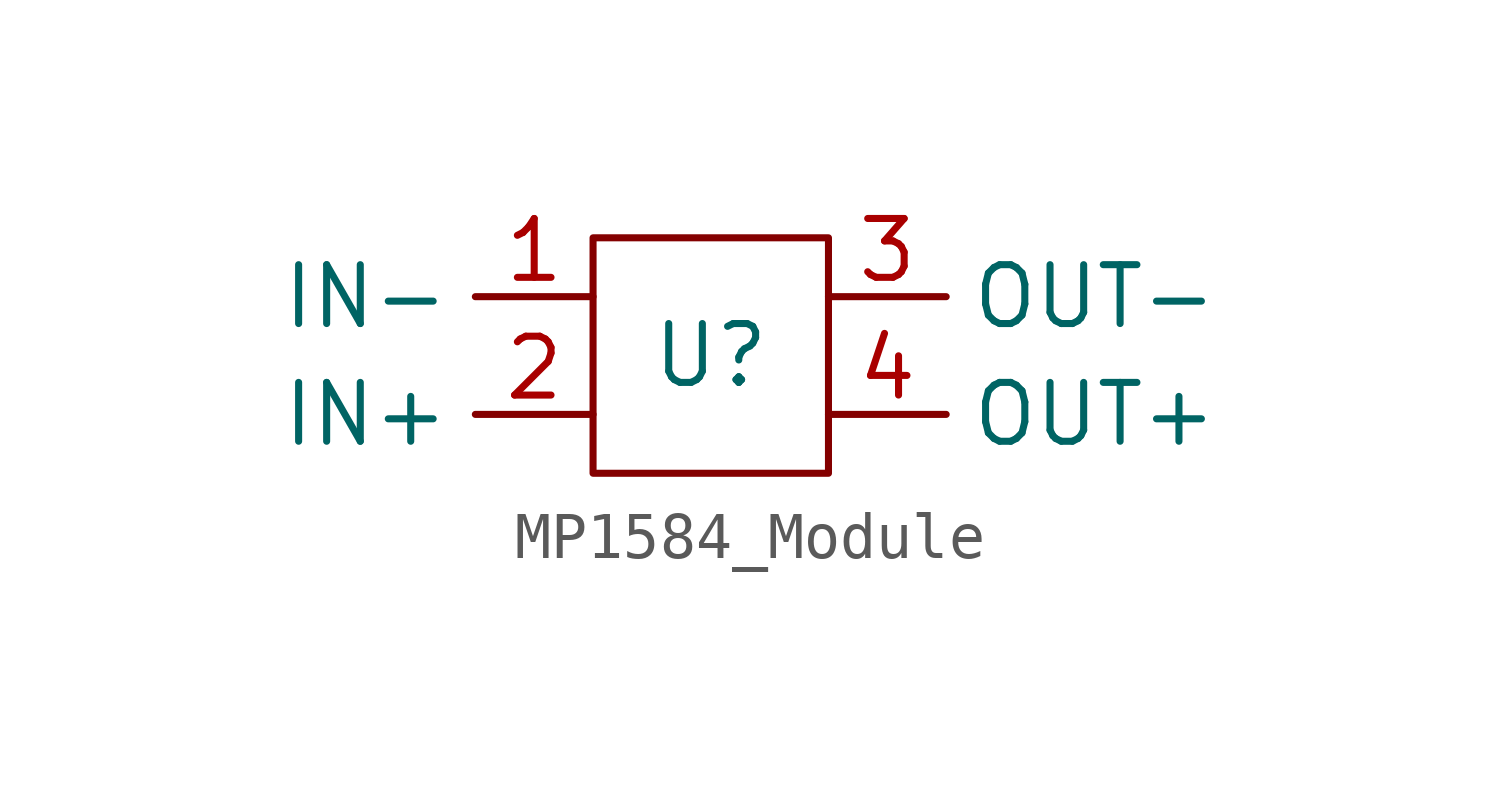
<source format=kicad_sym>
(kicad_symbol_lib
  (version 20241209)
  (generator "kicad_symbol_editor")
  (generator_version "9.0")
  (symbol "MP1584_Module"
    (property "Reference" "U"
      (at 0 0 0)
      (effects (font (size 1.27 1.27))))
    (property "Value" ""
      (at 0 0 0)
      (effects (font (size 1.27 1.27))))
    (symbol "MP1584_Module_0_1"
      (rectangle (start -2.54 2.54) (end 2.54 -2.54) (stroke (width 0) (type default)) (fill (type none))))
    (symbol "MP1584_Module_1_1"
      (pin input line (at -2.54 1.27 180) (length 2.54) (name "IN-" (effects (font (size 1.27 1.27)))) (number "1" (effects (font (size 1.27 1.27)))))
      (pin input line (at -2.54 -1.27 180) (length 2.54) (name "IN+" (effects (font (size 1.27 1.27)))) (number "2" (effects (font (size 1.27 1.27)))))
      (pin output line (at 2.54 1.27 0) (length 2.54) (name "OUT-" (effects (font (size 1.27 1.27)))) (number "3" (effects (font (size 1.27 1.27)))))
      (pin output line (at 2.54 -1.27 0) (length 2.54) (name "OUT+" (effects (font (size 1.27 1.27)))) (number "4" (effects (font (size 1.27 1.27))))))))
</source>
